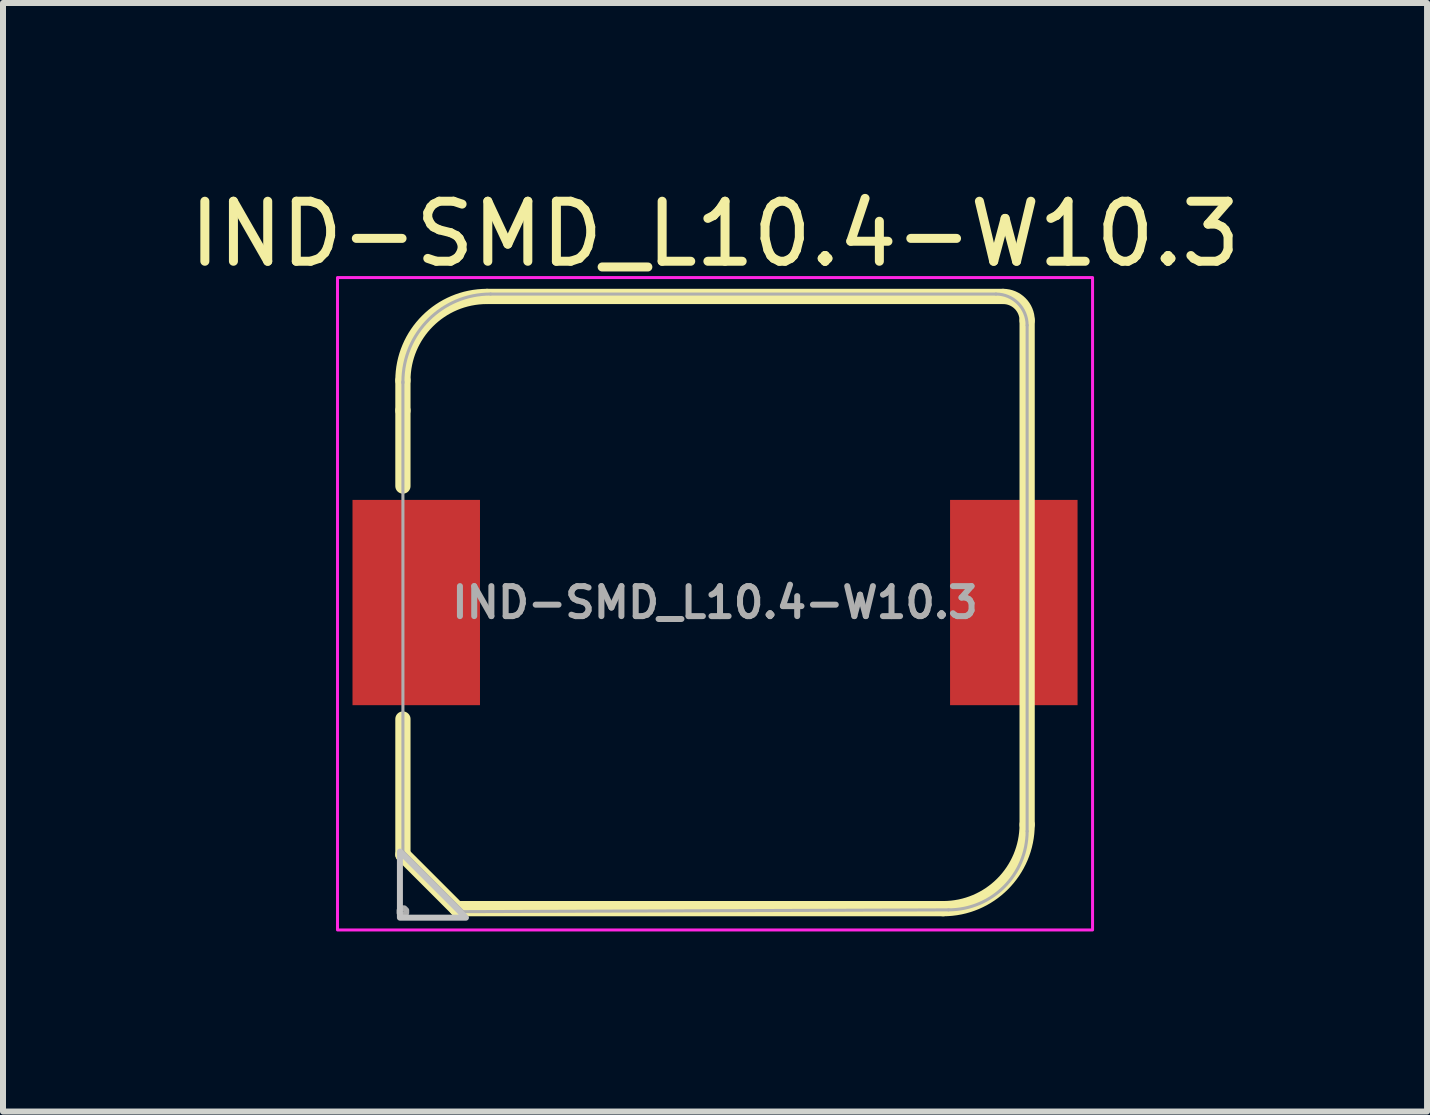
<source format=kicad_pcb>
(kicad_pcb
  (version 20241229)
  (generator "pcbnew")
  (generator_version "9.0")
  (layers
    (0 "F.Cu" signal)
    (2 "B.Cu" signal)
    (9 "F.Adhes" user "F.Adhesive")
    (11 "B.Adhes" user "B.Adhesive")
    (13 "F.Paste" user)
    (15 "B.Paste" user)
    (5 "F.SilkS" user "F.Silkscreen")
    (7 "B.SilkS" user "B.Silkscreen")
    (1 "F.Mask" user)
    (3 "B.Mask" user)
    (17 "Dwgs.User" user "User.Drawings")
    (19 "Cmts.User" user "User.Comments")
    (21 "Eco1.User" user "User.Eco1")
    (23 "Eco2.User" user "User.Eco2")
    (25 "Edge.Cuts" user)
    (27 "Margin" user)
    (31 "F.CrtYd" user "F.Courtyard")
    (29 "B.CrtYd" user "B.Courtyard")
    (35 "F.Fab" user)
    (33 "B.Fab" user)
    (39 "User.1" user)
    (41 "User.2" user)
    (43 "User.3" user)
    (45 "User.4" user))
  (footprint "IND-SMD_L10.4-W10.3"
    (layer "F.Cu")
    (at 8.863 6.989)
    (property "Reference" "IND-SMD_L10.4-W10.3" (at 0 -6.141 0) (layer "F.SilkS") (effects (font (size 1 1) (thickness 0.15))))
    (fp_line (start -5.2 -3.2) (end -5.2 -3.7) (stroke (width 0.254) (type default)) (layer "F.SilkS"))
    (fp_line (start -5.2 -1.941) (end -5.2 -3.2) (stroke (width 0.254) (type default)) (layer "F.SilkS"))
    (fp_line (start -5.2 4.2) (end -5.2 1.941) (stroke (width 0.254) (type default)) (layer "F.SilkS"))
    (fp_line (start -4.3 5.1) (end -5.2 4.2) (stroke (width 0.254) (type default)) (layer "F.SilkS"))
    (fp_line (start -4.2 5.1) (end -4.3 5.1) (stroke (width 0.254) (type default)) (layer "F.SilkS"))
    (fp_line (start -3.8 -5.1) (end 4.8 -5.1) (stroke (width 0.254) (type default)) (layer "F.SilkS"))
    (fp_line (start 3.8 5.1) (end -4.2 5.1) (stroke (width 0.254) (type default)) (layer "F.SilkS"))
    (fp_line (start 5.2 -4.7) (end 5.2 3.7) (stroke (width 0.254) (type default)) (layer "F.SilkS"))
    (fp_arc (start -5.2 -3.7) (mid -4.789949 -4.689949) (end -3.8 -5.1) (stroke (width 0.254) (type default)) (layer "F.SilkS"))
    (fp_arc (start 4.8 -5.1) (mid 5.082843 -4.982843) (end 5.2 -4.7) (stroke (width 0.254) (type default)) (layer "F.SilkS"))
    (fp_arc (start 5.2 3.7) (mid 4.789949 4.689949) (end 3.8 5.1) (stroke (width 0.254) (type default)) (layer "F.SilkS"))
    (fp_poly (pts (xy -5.25 4.15) (xy -5.25 5.25) (xy -4.15 5.25)) (stroke (width 0.1) (type default)) (fill no) (layer "Dwgs.User"))
    (fp_rect (start -6.29 -5.415) (end 6.29 5.455) (stroke (width 0.05) (type default)) (fill no) (layer "F.CrtYd"))
    (fp_line (start -5.2 -3.66) (end -5.2 -3.68) (stroke (width 0.051) (type default)) (layer "F.Fab"))
    (fp_line (start -5.2 4.15) (end -5.2 -3.66) (stroke (width 0.051) (type default)) (layer "F.Fab"))
    (fp_line (start -4.2 5.15) (end -5.2 4.15) (stroke (width 0.051) (type default)) (layer "F.Fab"))
    (fp_line (start -3.74 -5.14) (end 4.68 -5.14) (stroke (width 0.051) (type default)) (layer "F.Fab"))
    (fp_line (start 3.89 5.12) (end -4.2 5.15) (stroke (width 0.051) (type default)) (layer "F.Fab"))
    (fp_line (start 5.2 -4.62) (end 5.2 3.81) (stroke (width 0.051) (type default)) (layer "F.Fab"))
    (fp_arc (start -5.2 -3.68) (mid -4.772376 -4.712376) (end -3.74 -5.14) (stroke (width 0.051) (type default)) (layer "F.Fab"))
    (fp_arc (start 4.68 -5.14) (mid 5.047696 -4.987696) (end 5.2 -4.62) (stroke (width 0.051) (type default)) (layer "F.Fab"))
    (fp_arc (start 5.2 3.81) (mid 4.81631 4.73631) (end 3.89 5.12) (stroke (width 0.051) (type default)) (layer "F.Fab"))
    (fp_poly (pts (xy -5.145 5.127) (xy -5.177 5.095) (xy -5.223 5.095) (xy -5.255 5.127) (xy -5.255 5.173) (xy -5.223 5.205) (xy -5.177 5.205) (xy -5.145 5.173)) (stroke (width 0.1) (type default)) (fill no) (layer "F.Fab"))
    (fp_poly (pts (xy -5.2 1.5) (xy -5.2 -1.5) (xy -4 -1.5) (xy -4 1.5)) (stroke (width 0.1) (type default)) (fill no) (layer "User.1"))
    (fp_poly (pts (xy 5.2 1.5) (xy 5.2 -1.5) (xy 4 -1.5) (xy 4 1.5)) (stroke (width 0.1) (type default)) (fill no) (layer "User.1"))
    (fp_text user "${REFERENCE}" (at 0 0 0) (layer "F.Fab") (effects (font (size 0.5 0.5) (thickness 0.1))))
    (pad "1" smd rect (at -4.978 0) (size 2.124 3.42) (layers "F.Cu" "F.Mask" "F.Paste"))
    (pad "2" smd rect (at 4.978 0) (size 2.124 3.42) (layers "F.Cu" "F.Mask" "F.Paste")))
  (gr_rect
    (start -3 -3)
    (end 20.726 15.469)
    (stroke (width 0.1) (type default))
    (fill no)
    (layer "Edge.Cuts")))
</source>
